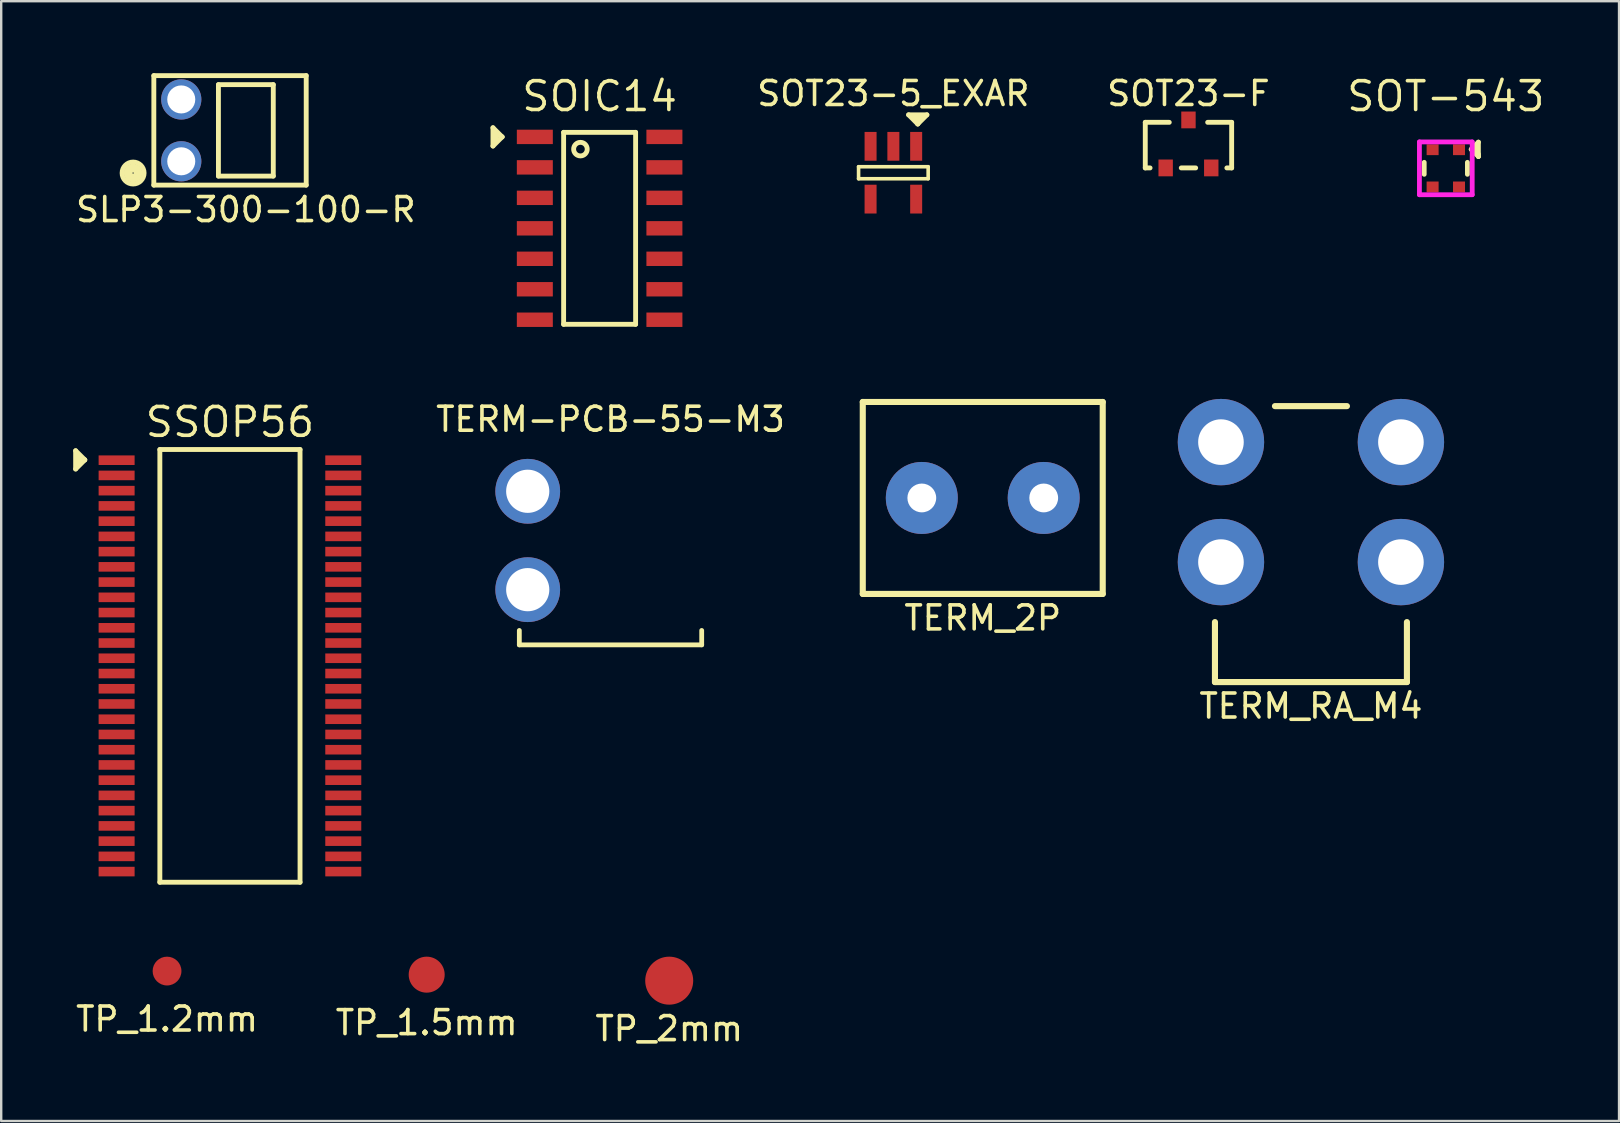
<source format=kicad_pcb>
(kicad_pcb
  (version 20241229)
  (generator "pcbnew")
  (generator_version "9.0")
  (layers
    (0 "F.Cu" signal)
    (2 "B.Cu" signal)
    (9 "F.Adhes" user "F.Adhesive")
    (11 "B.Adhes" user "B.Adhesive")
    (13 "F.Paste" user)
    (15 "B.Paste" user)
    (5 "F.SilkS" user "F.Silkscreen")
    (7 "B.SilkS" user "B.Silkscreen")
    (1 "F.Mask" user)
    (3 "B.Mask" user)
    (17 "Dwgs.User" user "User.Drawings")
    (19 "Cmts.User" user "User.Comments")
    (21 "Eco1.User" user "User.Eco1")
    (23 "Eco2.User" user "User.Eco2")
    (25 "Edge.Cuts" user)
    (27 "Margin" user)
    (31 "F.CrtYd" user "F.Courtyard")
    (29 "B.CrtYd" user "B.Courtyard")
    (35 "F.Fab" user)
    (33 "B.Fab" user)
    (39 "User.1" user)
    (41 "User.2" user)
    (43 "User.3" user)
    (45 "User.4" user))
  (footprint "SSOP56"
    (layer "F.Cu")
    (at 6.533 24.701)
    (property "Reference" "SSOP56" (at 0 -10.16 180) (layer "F.SilkS") (effects (font (size 1.2 1.2) (thickness 0.15))))
    (attr through_hole)
    (fp_line (start -6.431 -8.967) (end -6.431 -8.205) (stroke (width 0.203) (type solid)) (layer "F.SilkS"))
    (fp_line (start -6.431 -8.205) (end -6.05 -8.586) (stroke (width 0.203) (type solid)) (layer "F.SilkS"))
    (fp_line (start -6.304 -8.713) (end -6.304 -8.459) (stroke (width 0.203) (type solid)) (layer "F.SilkS"))
    (fp_line (start -6.05 -8.586) (end -6.431 -8.967) (stroke (width 0.203) (type solid)) (layer "F.SilkS"))
    (fp_line (start -6.05 -8.586) (end -6.304 -8.713) (stroke (width 0.203) (type solid)) (layer "F.SilkS"))
    (fp_line (start -2.921 -9.017) (end 2.921 -9.017) (stroke (width 0.203) (type solid)) (layer "F.SilkS"))
    (fp_line (start -2.921 9.017) (end -2.921 -9.017) (stroke (width 0.203) (type solid)) (layer "F.SilkS"))
    (fp_line (start 2.921 -9.017) (end 2.921 9.017) (stroke (width 0.203) (type solid)) (layer "F.SilkS"))
    (fp_line (start 2.921 9.017) (end -2.921 9.017) (stroke (width 0.203) (type solid)) (layer "F.SilkS"))
    (pad "1" smd rect (at -4.723 -8.572 270) (size 0.4 1.5) (layers "F.Cu" "F.Mask" "F.Paste"))
    (pad "2" smd rect (at -4.723 -7.938 270) (size 0.4 1.5) (layers "F.Cu" "F.Mask" "F.Paste"))
    (pad "3" smd rect (at -4.723 -7.303 270) (size 0.4 1.5) (layers "F.Cu" "F.Mask" "F.Paste"))
    (pad "4" smd rect (at -4.723 -6.668 270) (size 0.4 1.5) (layers "F.Cu" "F.Mask" "F.Paste"))
    (pad "5" smd rect (at -4.723 -6.032 270) (size 0.4 1.5) (layers "F.Cu" "F.Mask" "F.Paste"))
    (pad "6" smd rect (at -4.723 -5.397 270) (size 0.4 1.5) (layers "F.Cu" "F.Mask" "F.Paste"))
    (pad "7" smd rect (at -4.723 -4.763 270) (size 0.4 1.5) (layers "F.Cu" "F.Mask" "F.Paste"))
    (pad "8" smd rect (at -4.723 -4.128 270) (size 0.4 1.5) (layers "F.Cu" "F.Mask" "F.Paste"))
    (pad "9" smd rect (at -4.723 -3.493 270) (size 0.4 1.5) (layers "F.Cu" "F.Mask" "F.Paste"))
    (pad "10" smd rect (at -4.723 -2.857 270) (size 0.4 1.5) (layers "F.Cu" "F.Mask" "F.Paste"))
    (pad "11" smd rect (at -4.723 -2.223 270) (size 0.4 1.5) (layers "F.Cu" "F.Mask" "F.Paste"))
    (pad "12" smd rect (at -4.723 -1.587 270) (size 0.4 1.5) (layers "F.Cu" "F.Mask" "F.Paste"))
    (pad "13" smd rect (at -4.723 -0.953 270) (size 0.4 1.5) (layers "F.Cu" "F.Mask" "F.Paste"))
    (pad "14" smd rect (at -4.723 -0.318 270) (size 0.4 1.5) (layers "F.Cu" "F.Mask" "F.Paste"))
    (pad "15" smd rect (at -4.723 0.318 270) (size 0.4 1.5) (layers "F.Cu" "F.Mask" "F.Paste"))
    (pad "16" smd rect (at -4.723 0.953 270) (size 0.4 1.5) (layers "F.Cu" "F.Mask" "F.Paste"))
    (pad "17" smd rect (at -4.723 1.587 270) (size 0.4 1.5) (layers "F.Cu" "F.Mask" "F.Paste"))
    (pad "18" smd rect (at -4.723 2.223 270) (size 0.4 1.5) (layers "F.Cu" "F.Mask" "F.Paste"))
    (pad "19" smd rect (at -4.723 2.857 270) (size 0.4 1.5) (layers "F.Cu" "F.Mask" "F.Paste"))
    (pad "20" smd rect (at -4.723 3.493 270) (size 0.4 1.5) (layers "F.Cu" "F.Mask" "F.Paste"))
    (pad "21" smd rect (at -4.723 4.128 270) (size 0.4 1.5) (layers "F.Cu" "F.Mask" "F.Paste"))
    (pad "22" smd rect (at -4.723 4.763 270) (size 0.4 1.5) (layers "F.Cu" "F.Mask" "F.Paste"))
    (pad "23" smd rect (at -4.723 5.397 270) (size 0.4 1.5) (layers "F.Cu" "F.Mask" "F.Paste"))
    (pad "24" smd rect (at -4.723 6.032 270) (size 0.4 1.5) (layers "F.Cu" "F.Mask" "F.Paste"))
    (pad "25" smd rect (at -4.723 6.668 270) (size 0.4 1.5) (layers "F.Cu" "F.Mask" "F.Paste"))
    (pad "26" smd rect (at -4.723 7.303 270) (size 0.4 1.5) (layers "F.Cu" "F.Mask" "F.Paste"))
    (pad "27" smd rect (at -4.723 7.938 270) (size 0.4 1.5) (layers "F.Cu" "F.Mask" "F.Paste"))
    (pad "28" smd rect (at -4.723 8.572 270) (size 0.4 1.5) (layers "F.Cu" "F.Mask" "F.Paste"))
    (pad "29" smd rect (at 4.723 8.572 270) (size 0.4 1.5) (layers "F.Cu" "F.Mask" "F.Paste"))
    (pad "30" smd rect (at 4.723 7.938 270) (size 0.4 1.5) (layers "F.Cu" "F.Mask" "F.Paste"))
    (pad "31" smd rect (at 4.723 7.303 270) (size 0.4 1.5) (layers "F.Cu" "F.Mask" "F.Paste"))
    (pad "32" smd rect (at 4.723 6.668 270) (size 0.4 1.5) (layers "F.Cu" "F.Mask" "F.Paste"))
    (pad "33" smd rect (at 4.723 6.032 270) (size 0.4 1.5) (layers "F.Cu" "F.Mask" "F.Paste"))
    (pad "34" smd rect (at 4.723 5.397 270) (size 0.4 1.5) (layers "F.Cu" "F.Mask" "F.Paste"))
    (pad "35" smd rect (at 4.723 4.763 270) (size 0.4 1.5) (layers "F.Cu" "F.Mask" "F.Paste"))
    (pad "36" smd rect (at 4.723 4.128 270) (size 0.4 1.5) (layers "F.Cu" "F.Mask" "F.Paste"))
    (pad "37" smd rect (at 4.723 3.493 270) (size 0.4 1.5) (layers "F.Cu" "F.Mask" "F.Paste"))
    (pad "38" smd rect (at 4.723 2.857 270) (size 0.4 1.5) (layers "F.Cu" "F.Mask" "F.Paste"))
    (pad "39" smd rect (at 4.723 2.223 270) (size 0.4 1.5) (layers "F.Cu" "F.Mask" "F.Paste"))
    (pad "40" smd rect (at 4.723 1.587 270) (size 0.4 1.5) (layers "F.Cu" "F.Mask" "F.Paste"))
    (pad "41" smd rect (at 4.723 0.953 270) (size 0.4 1.5) (layers "F.Cu" "F.Mask" "F.Paste"))
    (pad "42" smd rect (at 4.723 0.318 270) (size 0.4 1.5) (layers "F.Cu" "F.Mask" "F.Paste"))
    (pad "43" smd rect (at 4.723 -0.318 270) (size 0.4 1.5) (layers "F.Cu" "F.Mask" "F.Paste"))
    (pad "44" smd rect (at 4.723 -0.953 270) (size 0.4 1.5) (layers "F.Cu" "F.Mask" "F.Paste"))
    (pad "45" smd rect (at 4.723 -1.587 270) (size 0.4 1.5) (layers "F.Cu" "F.Mask" "F.Paste"))
    (pad "46" smd rect (at 4.723 -2.223 270) (size 0.4 1.5) (layers "F.Cu" "F.Mask" "F.Paste"))
    (pad "47" smd rect (at 4.723 -2.857 270) (size 0.4 1.5) (layers "F.Cu" "F.Mask" "F.Paste"))
    (pad "48" smd rect (at 4.723 -3.493 270) (size 0.4 1.5) (layers "F.Cu" "F.Mask" "F.Paste"))
    (pad "49" smd rect (at 4.723 -4.128 270) (size 0.4 1.5) (layers "F.Cu" "F.Mask" "F.Paste"))
    (pad "50" smd rect (at 4.723 -4.763 270) (size 0.4 1.5) (layers "F.Cu" "F.Mask" "F.Paste"))
    (pad "51" smd rect (at 4.723 -5.397 270) (size 0.4 1.5) (layers "F.Cu" "F.Mask" "F.Paste"))
    (pad "52" smd rect (at 4.723 -6.032 270) (size 0.4 1.5) (layers "F.Cu" "F.Mask" "F.Paste"))
    (pad "53" smd rect (at 4.723 -6.668 270) (size 0.4 1.5) (layers "F.Cu" "F.Mask" "F.Paste"))
    (pad "54" smd rect (at 4.723 -7.303 270) (size 0.4 1.5) (layers "F.Cu" "F.Mask" "F.Paste"))
    (pad "55" smd rect (at 4.723 -7.938 270) (size 0.4 1.5) (layers "F.Cu" "F.Mask" "F.Paste"))
    (pad "56" smd rect (at 4.723 -8.572 270) (size 0.4 1.5) (layers "F.Cu" "F.Mask" "F.Paste")))
  (footprint "TERM_2P"
    (layer "F.Cu")
    (at 37.906 17.702)
    (property "Reference" "TERM_2P" (at 0 5 0) (layer "F.SilkS") (effects (font (size 1 1) (thickness 0.15))))
    (attr through_hole)
    (fp_line (start -5 -4) (end 5 -4) (stroke (width 0.254) (type solid)) (layer "F.SilkS"))
    (fp_line (start -5 4) (end -5 -4) (stroke (width 0.254) (type solid)) (layer "F.SilkS"))
    (fp_line (start 5 -4) (end 5 4) (stroke (width 0.254) (type solid)) (layer "F.SilkS"))
    (fp_line (start 5 4) (end -5 4) (stroke (width 0.254) (type solid)) (layer "F.SilkS"))
    (pad "1" thru_hole circle (at -2.54 0) (size 3 3) (drill 1.2) (layers "*.Cu" "*.Mask"))
    (pad "2" thru_hole circle (at 2.54 0) (size 3 3) (drill 1.2) (layers "*.Cu" "*.Mask")))
  (footprint "TERM-PCB-55-M3"
    (layer "F.Cu")
    (at 22.393 23.924)
    (property "Reference" "TERM-PCB-55-M3" (at 0 -9.5 0) (layer "F.SilkS") (effects (font (size 1 1) (thickness 0.15))))
    (attr through_hole)
    (fp_line (start -3.8 -0.1) (end -3.8 -0.7) (stroke (width 0.2) (type solid)) (layer "F.SilkS"))
    (fp_line (start 3.8 -0.1) (end -3.8 -0.1) (stroke (width 0.2) (type solid)) (layer "F.SilkS"))
    (fp_line (start 3.8 -0.1) (end 3.8 -0.7) (stroke (width 0.2) (type solid)) (layer "F.SilkS"))
    (pad "1" thru_hole circle (at -3.45 -6.5) (size 2.7 2.7) (drill 1.8) (layers "*.Cu" "*.Mask"))
    (pad "1" thru_hole circle (at -3.45 -2.4) (size 2.7 2.7) (drill 1.8) (layers "*.Cu" "*.Mask")))
  (footprint "SOT-543"
    (layer "F.Cu")
    (at 57.204 3.965)
    (property "Reference" "SOT-543" (at 0 -3 180) (layer "F.SilkS") (effects (font (size 1.2 1.2) (thickness 0.15))))
    (attr through_hole)
    (fp_line (start -0.9 0.25) (end -0.9 -0.25) (stroke (width 0.2) (type solid)) (layer "F.SilkS"))
    (fp_line (start 0.9 0.25) (end 0.9 -0.25) (stroke (width 0.2) (type solid)) (layer "F.SilkS"))
    (fp_line (start 1.058 -0.792) (end 1.358 -1.092) (stroke (width 0.2) (type solid)) (layer "F.SilkS"))
    (fp_line (start 1.058 -0.792) (end 1.358 -0.492) (stroke (width 0.2) (type solid)) (layer "F.SilkS"))
    (fp_line (start 1.358 -1.092) (end 1.358 -0.592) (stroke (width 0.2) (type solid)) (layer "F.SilkS"))
    (fp_line (start 1.358 -0.592) (end 1.358 -0.492) (stroke (width 0.2) (type solid)) (layer "F.SilkS"))
    (fp_line (start 1.358 -0.492) (end 1.258 -0.792) (stroke (width 0.2) (type solid)) (layer "F.SilkS"))
    (fp_line (start -1.1 -1.1) (end 1.1 -1.1) (stroke (width 0.2) (type solid)) (layer "F.CrtYd"))
    (fp_line (start -1.1 1.1) (end -1.1 -1.1) (stroke (width 0.2) (type solid)) (layer "F.CrtYd"))
    (fp_line (start 1.1 -1.1) (end 1.1 1.1) (stroke (width 0.2) (type solid)) (layer "F.CrtYd"))
    (fp_line (start 1.1 1.1) (end -1.1 1.1) (stroke (width 0.2) (type solid)) (layer "F.CrtYd"))
    (pad "1" smd rect (at 0.55 -0.775 180) (size 0.5 0.45) (layers "F.Cu" "F.Mask" "F.Paste"))
    (pad "2" smd rect (at -0.55 -0.775 180) (size 0.5 0.45) (layers "F.Cu" "F.Mask" "F.Paste"))
    (pad "3" smd rect (at -0.55 0.775 180) (size 0.5 0.45) (layers "F.Cu" "F.Mask" "F.Paste"))
    (pad "4" smd rect (at 0.55 0.775 180) (size 0.5 0.45) (layers "F.Cu" "F.Mask" "F.Paste")))
  (footprint "TP_2mm"
    (layer "F.Cu")
    (at 24.839 37.819)
    (property "Reference" "TP_2mm" (at 0 2 0) (layer "F.SilkS") (effects (font (size 1 1) (thickness 0.15))))
    (attr through_hole)
    (pad "1" smd circle (at 0 0) (size 2 2) (layers "F.Cu" "F.Mask")))
  (footprint "TERM_RA_M4"
    (layer "F.Cu")
    (at 51.583 17.875)
    (property "Reference" "TERM_RA_M4" (at 0 8.5 0) (layer "F.SilkS") (effects (font (size 1 1) (thickness 0.15))))
    (attr through_hole)
    (fp_line (start -4 5) (end -4 7.5) (stroke (width 0.254) (type solid)) (layer "F.SilkS"))
    (fp_line (start -1.5 -4) (end 1.5 -4) (stroke (width 0.254) (type solid)) (layer "F.SilkS"))
    (fp_line (start 4 5) (end 4 7.5) (stroke (width 0.254) (type solid)) (layer "F.SilkS"))
    (fp_line (start 4 7.5) (end -4 7.5) (stroke (width 0.254) (type solid)) (layer "F.SilkS"))
    (pad "1" thru_hole circle (at -3.75 -2.5) (size 3.6 3.6) (drill 1.9) (layers "*.Cu" "*.Mask"))
    (pad "1" thru_hole circle (at -3.75 2.5) (size 3.6 3.6) (drill 1.9) (layers "*.Cu" "*.Mask"))
    (pad "1" thru_hole circle (at 3.75 -2.5) (size 3.6 3.6) (drill 1.9) (layers "*.Cu" "*.Mask"))
    (pad "1" thru_hole circle (at 3.75 2.5) (size 3.6 3.6) (drill 1.9) (layers "*.Cu" "*.Mask")))
  (footprint "SLP3-300-100-R"
    (layer "F.Cu")
    (at 7.196 2.383)
    (property "Reference" "SLP3-300-100-R" (at 0 3.302 180) (layer "F.SilkS") (effects (font (size 1 1) (thickness 0.15))))
    (attr through_hole)
    (fp_line (start -3.835 -2.281) (end 2.515 -2.281) (stroke (width 0.203) (type solid)) (layer "F.SilkS"))
    (fp_line (start -3.835 2.281) (end -3.835 -2.281) (stroke (width 0.203) (type solid)) (layer "F.SilkS"))
    (fp_line (start -1.143 -1.905) (end 1.143 -1.905) (stroke (width 0.203) (type solid)) (layer "F.SilkS"))
    (fp_line (start -1.143 1.905) (end -1.143 -1.905) (stroke (width 0.203) (type solid)) (layer "F.SilkS"))
    (fp_line (start -1.143 1.905) (end 1.143 1.905) (stroke (width 0.203) (type solid)) (layer "F.SilkS"))
    (fp_line (start 1.143 1.905) (end 1.143 -1.905) (stroke (width 0.203) (type solid)) (layer "F.SilkS"))
    (fp_line (start 2.515 -2.281) (end 2.515 2.281) (stroke (width 0.203) (type solid)) (layer "F.SilkS"))
    (fp_line (start 2.515 2.281) (end -3.835 2.281) (stroke (width 0.203) (type solid)) (layer "F.SilkS"))
    (fp_circle (center -4.699 1.778) (end -4.699 1.651) (stroke (width 0.203) (type solid)) (fill no) (layer "F.SilkS"))
    (fp_circle (center -4.699 1.778) (end -4.445 1.651) (stroke (width 0.203) (type solid)) (fill no) (layer "F.SilkS"))
    (fp_circle (center -4.699 1.778) (end -4.318 1.524) (stroke (width 0.203) (type solid)) (fill no) (layer "F.SilkS"))
    (pad "1" thru_hole circle (at -2.692 1.289) (size 1.676 1.676) (drill 1.168) (layers "*.Cu" "*.Mask"))
    (pad "2" thru_hole circle (at -2.692 -1.289) (size 1.676 1.676) (drill 1.168) (layers "*.Cu" "*.Mask")))
  (footprint "TP_1.2mm"
    (layer "F.Cu")
    (at 3.911 37.419)
    (property "Reference" "TP_1.2mm" (at 0 2 0) (layer "F.SilkS") (effects (font (size 1 1) (thickness 0.15))))
    (attr through_hole)
    (pad "1" smd circle (at 0 0) (size 1.2 1.2) (layers "F.Cu" "F.Mask")))
  (footprint "SOT23-5_EXAR"
    (layer "F.Cu")
    (at 34.181 4.148)
    (property "Reference" "SOT23-5_EXAR" (at 0 -3.3 0) (layer "F.SilkS") (effects (font (size 1 1) (thickness 0.15))))
    (attr smd)
    (fp_line (start -1.45 -0.25) (end -1.45 0.25) (stroke (width 0.15) (type solid)) (layer "F.SilkS"))
    (fp_line (start -1.45 0.25) (end 1.45 0.25) (stroke (width 0.15) (type solid)) (layer "F.SilkS"))
    (fp_line (start 0.635 -2.413) (end 1.016 -2.032) (stroke (width 0.203) (type solid)) (layer "F.SilkS"))
    (fp_line (start 1.016 -2.032) (end 1.143 -2.286) (stroke (width 0.203) (type solid)) (layer "F.SilkS"))
    (fp_line (start 1.016 -2.032) (end 1.397 -2.413) (stroke (width 0.203) (type solid)) (layer "F.SilkS"))
    (fp_line (start 1.143 -2.286) (end 0.889 -2.286) (stroke (width 0.203) (type solid)) (layer "F.SilkS"))
    (fp_line (start 1.397 -2.413) (end 0.635 -2.413) (stroke (width 0.203) (type solid)) (layer "F.SilkS"))
    (fp_line (start 1.45 -0.25) (end -1.45 -0.25) (stroke (width 0.15) (type solid)) (layer "F.SilkS"))
    (fp_line (start 1.45 0.25) (end 1.45 -0.25) (stroke (width 0.15) (type solid)) (layer "F.SilkS"))
    (pad "1" smd rect (at 0.95 -1.1 270) (size 1.2 0.5) (layers "F.Cu" "F.Mask" "F.Paste"))
    (pad "2" smd rect (at 0 -1.1 270) (size 1.2 0.5) (layers "F.Cu" "F.Mask" "F.Paste"))
    (pad "3" smd rect (at -0.95 -1.1 270) (size 1.2 0.5) (layers "F.Cu" "F.Mask" "F.Paste"))
    (pad "4" smd rect (at -0.95 1.1 270) (size 1.2 0.5) (layers "F.Cu" "F.Mask" "F.Paste"))
    (pad "5" smd rect (at 0.95 1.1 270) (size 1.2 0.5) (layers "F.Cu" "F.Mask" "F.Paste")))
  (footprint "SOT23-F"
    (layer "F.Cu")
    (at 46.479 2.948)
    (property "Reference" "SOT23-F" (at 0 -2.1 0) (layer "F.SilkS") (effects (font (size 1 1) (thickness 0.15))))
    (attr through_hole)
    (fp_line (start -1.8 -0.9) (end -1.8 1) (stroke (width 0.203) (type solid)) (layer "F.SilkS"))
    (fp_line (start -1.8 -0.9) (end -0.8 -0.9) (stroke (width 0.203) (type solid)) (layer "F.SilkS"))
    (fp_line (start -1.8 1) (end -1.6 1) (stroke (width 0.203) (type solid)) (layer "F.SilkS"))
    (fp_line (start 0.3 1) (end -0.3 1) (stroke (width 0.203) (type solid)) (layer "F.SilkS"))
    (fp_line (start 0.8 -0.9) (end 1.8 -0.9) (stroke (width 0.203) (type solid)) (layer "F.SilkS"))
    (fp_line (start 1.8 -0.9) (end 1.8 1) (stroke (width 0.203) (type solid)) (layer "F.SilkS"))
    (fp_line (start 1.8 1) (end 1.6 1) (stroke (width 0.203) (type solid)) (layer "F.SilkS"))
    (pad "1" smd rect (at 0 -1) (size 0.6 0.7) (layers "F.Cu" "F.Mask" "F.Paste"))
    (pad "2" smd rect (at 0.95 1) (size 0.6 0.7) (layers "F.Cu" "F.Mask" "F.Paste"))
    (pad "3" smd rect (at -0.95 1) (size 0.6 0.7) (layers "F.Cu" "F.Mask" "F.Paste")))
  (footprint "SOIC14"
    (layer "F.Cu")
    (at 21.939 6.465)
    (property "Reference" "SOIC14" (at 0 -5.5 180) (layer "F.SilkS") (effects (font (size 1.2 1.2) (thickness 0.15))))
    (attr through_hole)
    (fp_line (start -4.445 -4.191) (end -4.445 -3.429) (stroke (width 0.203) (type solid)) (layer "F.SilkS"))
    (fp_line (start -4.445 -3.429) (end -4.064 -3.81) (stroke (width 0.203) (type solid)) (layer "F.SilkS"))
    (fp_line (start -4.318 -3.937) (end -4.318 -3.683) (stroke (width 0.203) (type solid)) (layer "F.SilkS"))
    (fp_line (start -4.064 -3.81) (end -4.445 -4.191) (stroke (width 0.203) (type solid)) (layer "F.SilkS"))
    (fp_line (start -4.064 -3.81) (end -4.318 -3.937) (stroke (width 0.203) (type solid)) (layer "F.SilkS"))
    (fp_line (start -1.5 -4) (end 1.5 -4) (stroke (width 0.203) (type solid)) (layer "F.SilkS"))
    (fp_line (start -1.5 4) (end -1.5 -4) (stroke (width 0.203) (type solid)) (layer "F.SilkS"))
    (fp_line (start 1.5 -4) (end 1.5 4) (stroke (width 0.203) (type solid)) (layer "F.SilkS"))
    (fp_line (start 1.5 4) (end -1.5 4) (stroke (width 0.203) (type solid)) (layer "F.SilkS"))
    (fp_circle (center -0.8 -3.3) (end -1 -3.5) (stroke (width 0.203) (type solid)) (fill no) (layer "F.SilkS"))
    (pad "1" smd rect (at -2.7 -3.81 270) (size 0.6 1.5) (layers "F.Cu" "F.Mask" "F.Paste"))
    (pad "2" smd rect (at -2.7 -2.54 270) (size 0.6 1.5) (layers "F.Cu" "F.Mask" "F.Paste"))
    (pad "3" smd rect (at -2.7 -1.27 270) (size 0.6 1.5) (layers "F.Cu" "F.Mask" "F.Paste"))
    (pad "4" smd rect (at -2.7 0 270) (size 0.6 1.5) (layers "F.Cu" "F.Mask" "F.Paste"))
    (pad "5" smd rect (at -2.7 1.27 270) (size 0.6 1.5) (layers "F.Cu" "F.Mask" "F.Paste"))
    (pad "6" smd rect (at -2.7 2.54 270) (size 0.6 1.5) (layers "F.Cu" "F.Mask" "F.Paste"))
    (pad "7" smd rect (at -2.7 3.81 270) (size 0.6 1.5) (layers "F.Cu" "F.Mask" "F.Paste"))
    (pad "8" smd rect (at 2.7 3.81 270) (size 0.6 1.5) (layers "F.Cu" "F.Mask" "F.Paste"))
    (pad "9" smd rect (at 2.7 2.54 270) (size 0.6 1.5) (layers "F.Cu" "F.Mask" "F.Paste"))
    (pad "10" smd rect (at 2.7 1.27 270) (size 0.6 1.5) (layers "F.Cu" "F.Mask" "F.Paste"))
    (pad "11" smd rect (at 2.7 0 270) (size 0.6 1.5) (layers "F.Cu" "F.Mask" "F.Paste"))
    (pad "12" smd rect (at 2.7 -1.27 270) (size 0.6 1.5) (layers "F.Cu" "F.Mask" "F.Paste"))
    (pad "13" smd rect (at 2.7 -2.54 270) (size 0.6 1.5) (layers "F.Cu" "F.Mask" "F.Paste"))
    (pad "14" smd rect (at 2.7 -3.81 270) (size 0.6 1.5) (layers "F.Cu" "F.Mask" "F.Paste")))
  (footprint "TP_1.5mm"
    (layer "F.Cu")
    (at 14.732 37.569)
    (property "Reference" "TP_1.5mm" (at 0 2 0) (layer "F.SilkS") (effects (font (size 1 1) (thickness 0.15))))
    (attr through_hole)
    (pad "1" smd circle (at 0 0) (size 1.5 1.5) (layers "F.Cu" "F.Mask")))
  (gr_rect
    (start -3 -3)
    (end 64.423 43.667)
    (stroke (width 0.1) (type default))
    (fill no)
    (layer "Edge.Cuts")))
</source>
